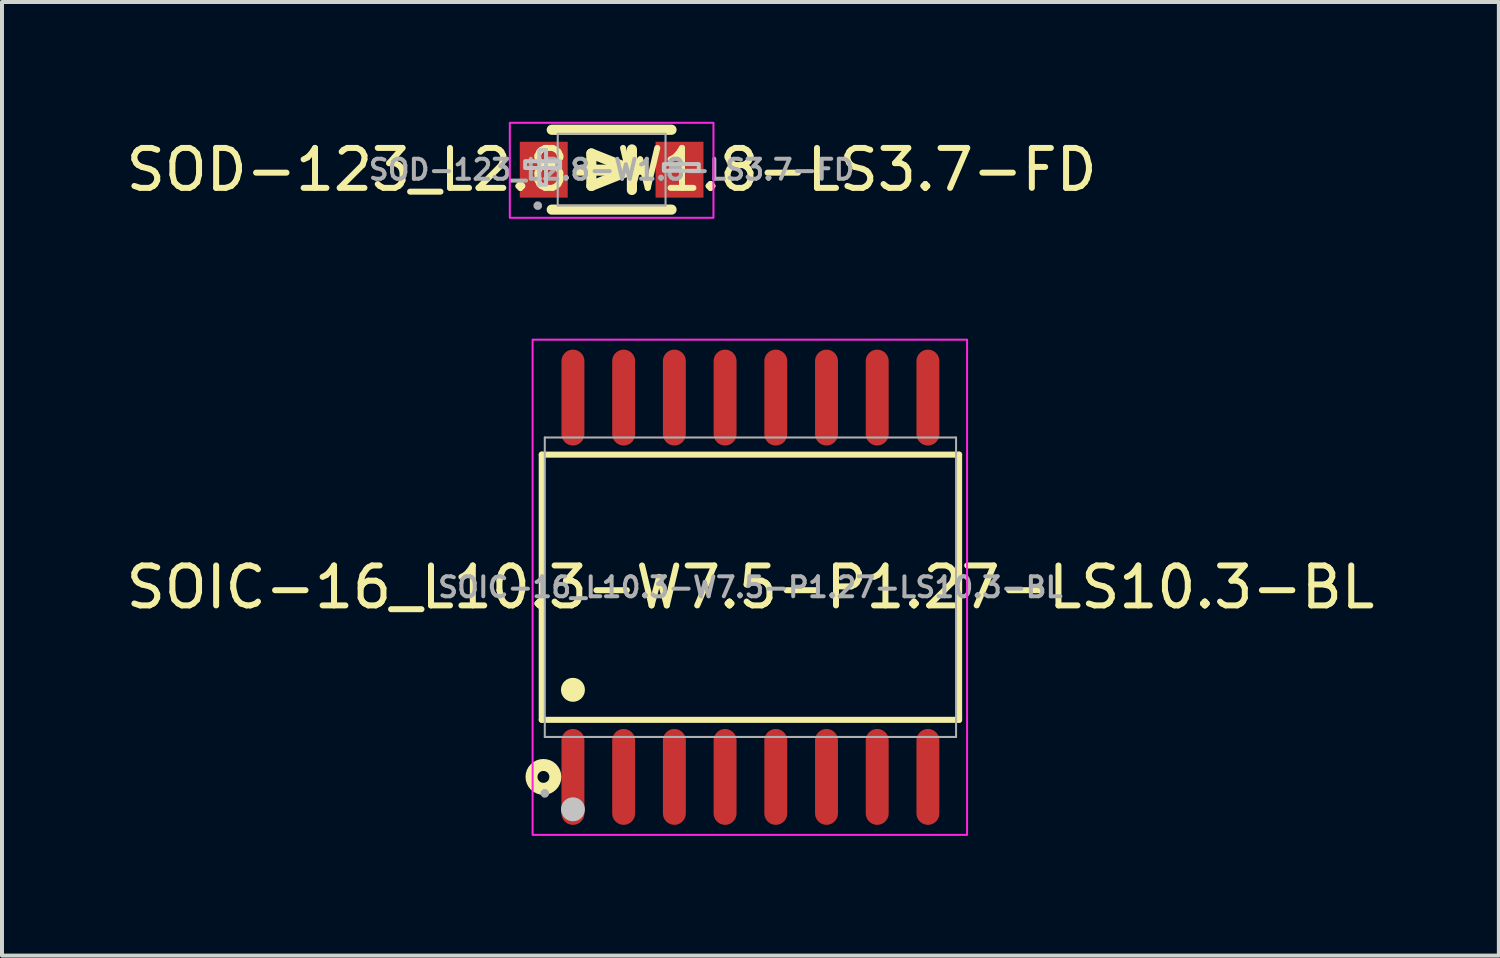
<source format=kicad_pcb>
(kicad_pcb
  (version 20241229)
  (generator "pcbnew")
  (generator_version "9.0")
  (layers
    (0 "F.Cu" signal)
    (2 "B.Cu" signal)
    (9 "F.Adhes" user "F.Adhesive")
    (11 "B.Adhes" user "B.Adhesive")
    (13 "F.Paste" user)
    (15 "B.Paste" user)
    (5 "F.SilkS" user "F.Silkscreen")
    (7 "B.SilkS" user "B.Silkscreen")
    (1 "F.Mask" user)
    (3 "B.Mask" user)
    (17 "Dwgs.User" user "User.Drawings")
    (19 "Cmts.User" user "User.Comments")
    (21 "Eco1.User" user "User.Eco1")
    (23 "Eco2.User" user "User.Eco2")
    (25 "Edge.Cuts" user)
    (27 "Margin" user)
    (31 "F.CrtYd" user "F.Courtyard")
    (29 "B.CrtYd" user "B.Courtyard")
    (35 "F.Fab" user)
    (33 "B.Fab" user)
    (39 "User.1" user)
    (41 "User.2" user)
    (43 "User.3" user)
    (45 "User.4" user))
  (footprint "SOIC-16_L10.3-W7.5-P1.27-LS10.3-BL"
    (layer "F.Cu")
    (at 15.744 11.657)
    (property "Reference" "SOIC-16_L10.3-W7.5-P1.27-LS10.3-BL" (at 0 0 0) (layer "F.SilkS") (effects (font (size 1 1) (thickness 0.15))))
    (fp_line (start -5.226 -3.321) (end 5.226 -3.321) (stroke (width 0.152) (type default)) (layer "F.SilkS"))
    (fp_line (start -5.226 3.321) (end -5.226 -3.321) (stroke (width 0.152) (type default)) (layer "F.SilkS"))
    (fp_line (start 5.226 -3.321) (end 5.226 3.321) (stroke (width 0.152) (type default)) (layer "F.SilkS"))
    (fp_line (start 5.226 3.321) (end -5.226 3.321) (stroke (width 0.152) (type default)) (layer "F.SilkS"))
    (fp_circle (center -5.184 4.75) (end -5.035 4.75) (stroke (width 0.3) (type default)) (fill no) (layer "F.SilkS"))
    (fp_circle (center -4.445 2.569) (end -4.295 2.569) (stroke (width 0.3) (type default)) (fill no) (layer "F.SilkS"))
    (fp_circle (center -4.445 5.562) (end -4.295 5.562) (stroke (width 0.3) (type default)) (fill no) (layer "Dwgs.User"))
    (fp_rect (start -5.455 -6.201) (end 5.426 6.201) (stroke (width 0.05) (type default)) (fill no) (layer "F.CrtYd"))
    (fp_line (start -5.15 -3.75) (end 5.15 -3.75) (stroke (width 0.051) (type default)) (layer "F.Fab"))
    (fp_line (start -5.15 3.75) (end -5.15 -3.75) (stroke (width 0.051) (type default)) (layer "F.Fab"))
    (fp_line (start 5.15 -3.75) (end 5.15 3.75) (stroke (width 0.051) (type default)) (layer "F.Fab"))
    (fp_line (start 5.15 3.75) (end -5.15 3.75) (stroke (width 0.051) (type default)) (layer "F.Fab"))
    (fp_poly (pts (xy -5.095 5.14) (xy -5.127 5.107) (xy -5.173 5.107) (xy -5.205 5.14) (xy -5.205 5.185) (xy -5.173 5.218) (xy -5.127 5.218) (xy -5.095 5.185)) (stroke (width 0.1) (type default)) (fill no) (layer "F.Fab"))
    (fp_poly (pts (xy -4.65 -5.162) (xy -4.65 -4.327) (xy -4.24 -4.327) (xy -4.24 -5.162)) (stroke (width 0.1) (type default)) (fill no) (layer "User.1"))
    (fp_poly (pts (xy -4.65 -4.338) (xy -4.65 -3.74) (xy -4.24 -3.74) (xy -4.24 -4.338)) (stroke (width 0.1) (type default)) (fill no) (layer "User.1"))
    (fp_poly (pts (xy -4.65 4.338) (xy -4.65 3.74) (xy -4.24 3.74) (xy -4.24 4.338)) (stroke (width 0.1) (type default)) (fill no) (layer "User.1"))
    (fp_poly (pts (xy -4.65 5.162) (xy -4.65 4.327) (xy -4.24 4.327) (xy -4.24 5.162)) (stroke (width 0.1) (type default)) (fill no) (layer "User.1"))
    (fp_poly (pts (xy -3.38 -5.162) (xy -3.38 -4.327) (xy -2.97 -4.327) (xy -2.97 -5.162)) (stroke (width 0.1) (type default)) (fill no) (layer "User.1"))
    (fp_poly (pts (xy -3.38 -4.338) (xy -3.38 -3.74) (xy -2.97 -3.74) (xy -2.97 -4.338)) (stroke (width 0.1) (type default)) (fill no) (layer "User.1"))
    (fp_poly (pts (xy -3.38 4.338) (xy -3.38 3.74) (xy -2.97 3.74) (xy -2.97 4.338)) (stroke (width 0.1) (type default)) (fill no) (layer "User.1"))
    (fp_poly (pts (xy -3.38 5.162) (xy -3.38 4.327) (xy -2.97 4.327) (xy -2.97 5.162)) (stroke (width 0.1) (type default)) (fill no) (layer "User.1"))
    (fp_poly (pts (xy -2.11 -5.162) (xy -2.11 -4.327) (xy -1.7 -4.327) (xy -1.7 -5.162)) (stroke (width 0.1) (type default)) (fill no) (layer "User.1"))
    (fp_poly (pts (xy -2.11 -4.338) (xy -2.11 -3.74) (xy -1.7 -3.74) (xy -1.7 -4.338)) (stroke (width 0.1) (type default)) (fill no) (layer "User.1"))
    (fp_poly (pts (xy -2.11 4.338) (xy -2.11 3.74) (xy -1.7 3.74) (xy -1.7 4.338)) (stroke (width 0.1) (type default)) (fill no) (layer "User.1"))
    (fp_poly (pts (xy -2.11 5.162) (xy -2.11 4.327) (xy -1.7 4.327) (xy -1.7 5.162)) (stroke (width 0.1) (type default)) (fill no) (layer "User.1"))
    (fp_poly (pts (xy -0.84 -5.162) (xy -0.84 -4.327) (xy -0.43 -4.327) (xy -0.43 -5.162)) (stroke (width 0.1) (type default)) (fill no) (layer "User.1"))
    (fp_poly (pts (xy -0.84 -4.338) (xy -0.84 -3.74) (xy -0.43 -3.74) (xy -0.43 -4.338)) (stroke (width 0.1) (type default)) (fill no) (layer "User.1"))
    (fp_poly (pts (xy -0.84 4.338) (xy -0.84 3.74) (xy -0.43 3.74) (xy -0.43 4.338)) (stroke (width 0.1) (type default)) (fill no) (layer "User.1"))
    (fp_poly (pts (xy -0.84 5.162) (xy -0.84 4.327) (xy -0.43 4.327) (xy -0.43 5.162)) (stroke (width 0.1) (type default)) (fill no) (layer "User.1"))
    (fp_poly (pts (xy 0.43 -5.162) (xy 0.43 -4.327) (xy 0.84 -4.327) (xy 0.84 -5.162)) (stroke (width 0.1) (type default)) (fill no) (layer "User.1"))
    (fp_poly (pts (xy 0.43 -4.338) (xy 0.43 -3.74) (xy 0.84 -3.74) (xy 0.84 -4.338)) (stroke (width 0.1) (type default)) (fill no) (layer "User.1"))
    (fp_poly (pts (xy 0.43 4.338) (xy 0.43 3.74) (xy 0.84 3.74) (xy 0.84 4.338)) (stroke (width 0.1) (type default)) (fill no) (layer "User.1"))
    (fp_poly (pts (xy 0.43 5.162) (xy 0.43 4.327) (xy 0.84 4.327) (xy 0.84 5.162)) (stroke (width 0.1) (type default)) (fill no) (layer "User.1"))
    (fp_poly (pts (xy 1.7 -5.162) (xy 1.7 -4.327) (xy 2.11 -4.327) (xy 2.11 -5.162)) (stroke (width 0.1) (type default)) (fill no) (layer "User.1"))
    (fp_poly (pts (xy 1.7 -4.338) (xy 1.7 -3.74) (xy 2.11 -3.74) (xy 2.11 -4.338)) (stroke (width 0.1) (type default)) (fill no) (layer "User.1"))
    (fp_poly (pts (xy 1.7 4.338) (xy 1.7 3.74) (xy 2.11 3.74) (xy 2.11 4.338)) (stroke (width 0.1) (type default)) (fill no) (layer "User.1"))
    (fp_poly (pts (xy 1.7 5.162) (xy 1.7 4.327) (xy 2.11 4.327) (xy 2.11 5.162)) (stroke (width 0.1) (type default)) (fill no) (layer "User.1"))
    (fp_poly (pts (xy 2.97 -5.162) (xy 2.97 -4.327) (xy 3.38 -4.327) (xy 3.38 -5.162)) (stroke (width 0.1) (type default)) (fill no) (layer "User.1"))
    (fp_poly (pts (xy 2.97 -4.338) (xy 2.97 -3.74) (xy 3.38 -3.74) (xy 3.38 -4.338)) (stroke (width 0.1) (type default)) (fill no) (layer "User.1"))
    (fp_poly (pts (xy 2.97 4.338) (xy 2.97 3.74) (xy 3.38 3.74) (xy 3.38 4.338)) (stroke (width 0.1) (type default)) (fill no) (layer "User.1"))
    (fp_poly (pts (xy 2.97 5.162) (xy 2.97 4.327) (xy 3.38 4.327) (xy 3.38 5.162)) (stroke (width 0.1) (type default)) (fill no) (layer "User.1"))
    (fp_poly (pts (xy 4.24 -5.162) (xy 4.24 -4.327) (xy 4.65 -4.327) (xy 4.65 -5.162)) (stroke (width 0.1) (type default)) (fill no) (layer "User.1"))
    (fp_poly (pts (xy 4.24 -4.338) (xy 4.24 -3.74) (xy 4.65 -3.74) (xy 4.65 -4.338)) (stroke (width 0.1) (type default)) (fill no) (layer "User.1"))
    (fp_poly (pts (xy 4.24 4.338) (xy 4.24 3.74) (xy 4.65 3.74) (xy 4.65 4.338)) (stroke (width 0.1) (type default)) (fill no) (layer "User.1"))
    (fp_poly (pts (xy 4.24 5.162) (xy 4.24 4.327) (xy 4.65 4.327) (xy 4.65 5.162)) (stroke (width 0.1) (type default)) (fill no) (layer "User.1"))
    (fp_text user "${REFERENCE}" (at 0 0 0) (layer "F.Fab") (effects (font (size 0.5 0.5) (thickness 0.1))))
    (pad "1" smd oval (at -4.445 4.75) (size 0.574 2.401) (layers "F.Cu" "F.Mask" "F.Paste"))
    (pad "2" smd oval (at -3.175 4.75) (size 0.574 2.401) (layers "F.Cu" "F.Mask" "F.Paste"))
    (pad "3" smd oval (at -1.905 4.75) (size 0.574 2.401) (layers "F.Cu" "F.Mask" "F.Paste"))
    (pad "4" smd oval (at -0.635 4.75) (size 0.574 2.401) (layers "F.Cu" "F.Mask" "F.Paste"))
    (pad "5" smd oval (at 0.635 4.75) (size 0.574 2.401) (layers "F.Cu" "F.Mask" "F.Paste"))
    (pad "6" smd oval (at 1.905 4.75) (size 0.574 2.401) (layers "F.Cu" "F.Mask" "F.Paste"))
    (pad "7" smd oval (at 3.175 4.75) (size 0.574 2.401) (layers "F.Cu" "F.Mask" "F.Paste"))
    (pad "8" smd oval (at 4.445 4.75) (size 0.574 2.401) (layers "F.Cu" "F.Mask" "F.Paste"))
    (pad "9" smd oval (at 4.445 -4.75) (size 0.574 2.401) (layers "F.Cu" "F.Mask" "F.Paste"))
    (pad "10" smd oval (at 3.175 -4.75) (size 0.574 2.401) (layers "F.Cu" "F.Mask" "F.Paste"))
    (pad "11" smd oval (at 1.905 -4.75) (size 0.574 2.401) (layers "F.Cu" "F.Mask" "F.Paste"))
    (pad "12" smd oval (at 0.635 -4.75) (size 0.574 2.401) (layers "F.Cu" "F.Mask" "F.Paste"))
    (pad "13" smd oval (at -0.635 -4.75) (size 0.574 2.401) (layers "F.Cu" "F.Mask" "F.Paste"))
    (pad "14" smd oval (at -1.905 -4.75) (size 0.574 2.401) (layers "F.Cu" "F.Mask" "F.Paste"))
    (pad "15" smd oval (at -3.175 -4.75) (size 0.574 2.401) (layers "F.Cu" "F.Mask" "F.Paste"))
    (pad "16" smd oval (at -4.445 -4.75) (size 0.574 2.401) (layers "F.Cu" "F.Mask" "F.Paste")))
  (footprint "SOD-123_L2.8-W1.8-LS3.7-FD"
    (layer "F.Cu")
    (at 12.268 1.2)
    (property "Reference" "SOD-123_L2.8-W1.8-LS3.7-FD" (at 0 0 0) (layer "F.SilkS") (effects (font (size 1 1) (thickness 0.15))))
    (fp_line (start -1.5 -1) (end 1.5 -1) (stroke (width 0.254) (type default)) (layer "F.SilkS"))
    (fp_line (start -1.5 1) (end 1.5 1) (stroke (width 0.254) (type default)) (layer "F.SilkS"))
    (fp_line (start -0.508 -0.406) (end 0.508 0) (stroke (width 0.254) (type default)) (layer "F.SilkS"))
    (fp_line (start -0.508 0.406) (end -0.508 -0.406) (stroke (width 0.254) (type default)) (layer "F.SilkS"))
    (fp_line (start 0.508 0) (end -0.508 0.406) (stroke (width 0.254) (type default)) (layer "F.SilkS"))
    (fp_line (start 0.508 0.508) (end 0.508 -0.508) (stroke (width 0.254) (type default)) (layer "F.SilkS"))
    (fp_line (start 0.762 0) (end -0.762 0) (stroke (width 0.254) (type default)) (layer "F.SilkS"))
    (fp_poly (pts (xy -2.166 -0.213) (xy -1.291 -0.213) (xy -1.291 -0.043) (xy -2.166 -0.043) (xy -2.166 -0.053)) (stroke (width 0.1) (type default)) (fill no) (layer "Dwgs.User"))
    (fp_poly (pts (xy -1.812 0.378) (xy -1.812 -0.497) (xy -1.643 -0.497) (xy -1.643 0.378) (xy -1.652 0.378)) (stroke (width 0.1) (type default)) (fill no) (layer "Dwgs.User"))
    (fp_poly (pts (xy 1.308 -0.141) (xy 2.183 -0.141) (xy 2.183 0.028) (xy 1.308 0.028) (xy 1.308 0.019)) (stroke (width 0.1) (type default)) (fill no) (layer "Dwgs.User"))
    (fp_rect (start -2.55 -1.175) (end 2.55 1.205) (stroke (width 0.05) (type default)) (fill no) (layer "F.CrtYd"))
    (fp_line (start -1.35 -0.9) (end 1.35 -0.9) (stroke (width 0.051) (type default)) (layer "F.Fab"))
    (fp_line (start -1.35 0.9) (end -1.35 -0.9) (stroke (width 0.051) (type default)) (layer "F.Fab"))
    (fp_line (start 1.35 -0.9) (end 1.35 0.9) (stroke (width 0.051) (type default)) (layer "F.Fab"))
    (fp_line (start 1.35 0.9) (end -1.35 0.9) (stroke (width 0.051) (type default)) (layer "F.Fab"))
    (fp_poly (pts (xy -1.795 0.877) (xy -1.827 0.845) (xy -1.873 0.845) (xy -1.905 0.877) (xy -1.905 0.923) (xy -1.873 0.955) (xy -1.827 0.955) (xy -1.795 0.923)) (stroke (width 0.1) (type default)) (fill no) (layer "F.Fab"))
    (fp_poly (pts (xy -1.85 -0.5) (xy -1.25 -0.5) (xy -1.25 0.5) (xy -1.85 0.5)) (stroke (width 0.1) (type default)) (fill no) (layer "User.1"))
    (fp_poly (pts (xy 1.25 -0.5) (xy 1.85 -0.5) (xy 1.85 0.5) (xy 1.25 0.5)) (stroke (width 0.1) (type default)) (fill no) (layer "User.1"))
    (fp_text user "${REFERENCE}" (at 0 0 0) (layer "F.Fab") (effects (font (size 0.5 0.5) (thickness 0.1))))
    (pad "1" smd rect (at -1.7 0) (size 1.2 1.4) (layers "F.Cu" "F.Mask" "F.Paste"))
    (pad "2" smd rect (at 1.7 0) (size 1.2 1.4) (layers "F.Cu" "F.Mask" "F.Paste")))
  (gr_rect
    (start -3 -3)
    (end 34.488 20.882)
    (stroke (width 0.1) (type default))
    (fill no)
    (layer "Edge.Cuts")))
</source>
